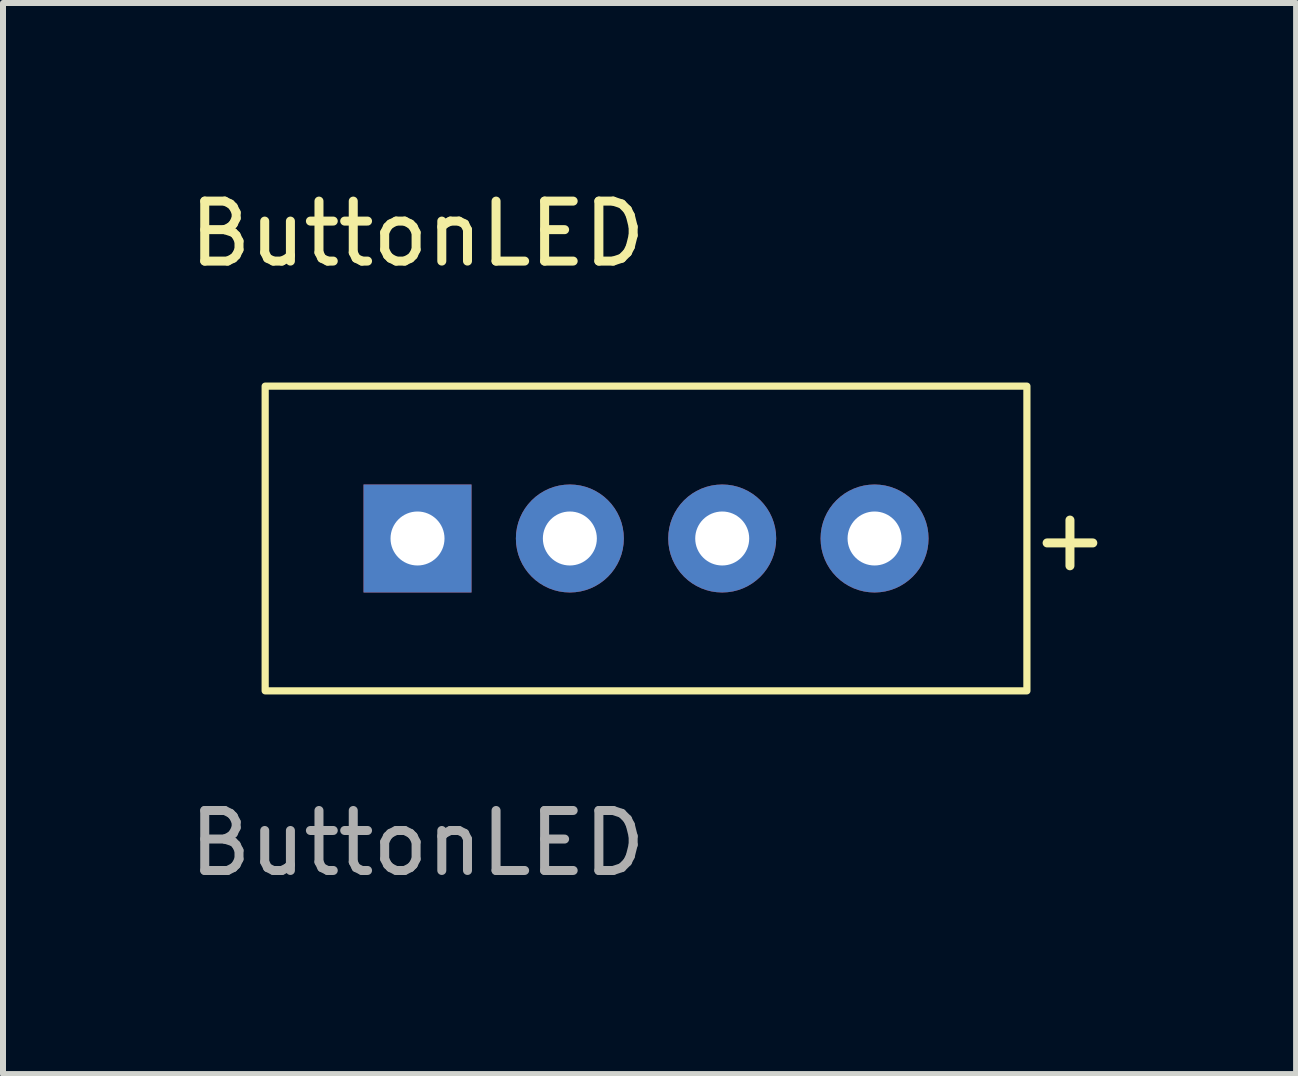
<source format=kicad_pcb>
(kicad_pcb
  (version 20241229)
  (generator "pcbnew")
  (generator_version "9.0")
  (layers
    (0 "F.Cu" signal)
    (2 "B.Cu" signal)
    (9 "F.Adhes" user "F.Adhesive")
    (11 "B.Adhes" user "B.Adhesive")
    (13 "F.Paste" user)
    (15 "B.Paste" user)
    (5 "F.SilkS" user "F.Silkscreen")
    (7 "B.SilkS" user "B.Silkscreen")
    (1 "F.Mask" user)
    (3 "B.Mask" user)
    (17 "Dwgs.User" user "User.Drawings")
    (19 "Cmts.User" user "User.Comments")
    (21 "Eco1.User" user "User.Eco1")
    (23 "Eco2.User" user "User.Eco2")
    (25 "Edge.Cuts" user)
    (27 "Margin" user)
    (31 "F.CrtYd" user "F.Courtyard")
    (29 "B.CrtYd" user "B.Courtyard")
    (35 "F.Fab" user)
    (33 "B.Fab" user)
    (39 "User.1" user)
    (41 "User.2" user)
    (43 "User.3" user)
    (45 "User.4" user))
  (footprint "ButtonLED"
    (layer "F.Cu")
    (at 3.911 5.928)
    (property "Reference" "ButtonLED" (at 0 -5.08 0) (unlocked yes) (layer "F.SilkS") (effects (font (size 1 1) (thickness 0.15))))
    (attr through_hole)
    (fp_rect (start -2.54 -2.54) (end 10.16 2.54) (stroke (width 0.12) (type default)) (fill no) (layer "F.SilkS"))
    (fp_text user "+" (at 10.16 0 0) (unlocked yes) (layer "F.SilkS") (effects (font (size 1 1) (thickness 0.15)) (justify left)))
    (fp_text user "${REFERENCE}" (at 0 5.08 0) (unlocked yes) (layer "F.Fab") (effects (font (size 1 1) (thickness 0.15))))
    (pad "1" thru_hole rect (at 0 0) (size 1.8 1.8) (drill 0.9) (layers "*.Cu" "*.Mask"))
    (pad "2" thru_hole circle (at 2.54 0) (size 1.8 1.8) (drill 0.9) (layers "*.Cu" "*.Mask"))
    (pad "3" thru_hole circle (at 5.08 0) (size 1.8 1.8) (drill 0.9) (layers "*.Cu" "*.Mask"))
    (pad "4" thru_hole circle (at 7.62 0) (size 1.8 1.8) (drill 0.9) (layers "*.Cu" "*.Mask")))
  (gr_rect
    (start -3 -3)
    (end 18.559 14.857)
    (stroke (width 0.1) (type default))
    (fill no)
    (layer "Edge.Cuts")))
</source>
